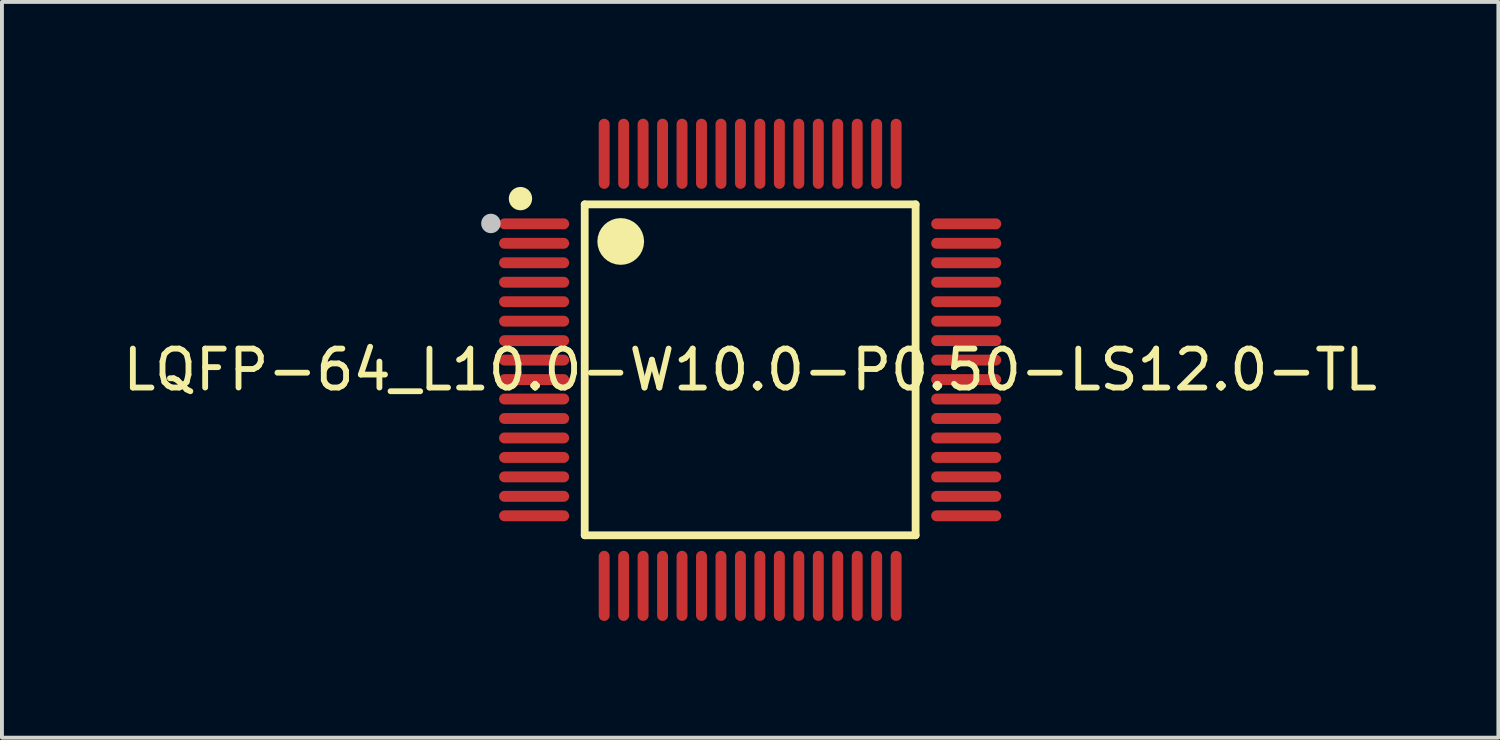
<source format=kicad_pcb>
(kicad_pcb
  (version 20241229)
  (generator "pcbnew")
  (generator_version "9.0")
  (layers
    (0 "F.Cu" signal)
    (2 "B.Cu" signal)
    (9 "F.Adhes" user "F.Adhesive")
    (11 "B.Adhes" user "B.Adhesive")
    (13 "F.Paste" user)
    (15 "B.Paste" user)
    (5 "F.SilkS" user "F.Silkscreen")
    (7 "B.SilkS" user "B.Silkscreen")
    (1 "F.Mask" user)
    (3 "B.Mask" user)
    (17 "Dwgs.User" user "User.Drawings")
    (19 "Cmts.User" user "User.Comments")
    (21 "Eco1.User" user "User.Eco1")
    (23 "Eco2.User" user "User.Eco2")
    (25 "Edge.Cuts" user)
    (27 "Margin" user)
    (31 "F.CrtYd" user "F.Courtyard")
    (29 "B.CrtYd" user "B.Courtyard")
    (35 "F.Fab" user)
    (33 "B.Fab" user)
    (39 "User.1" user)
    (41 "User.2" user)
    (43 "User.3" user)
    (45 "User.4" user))
  (footprint "LQFP-64_L10.0-W10.0-P0.50-LS12.0-TL"
    (layer "F.Cu")
    (at 16.22 6.45)
    (property "Reference" "LQFP-64_L10.0-W10.0-P0.50-LS12.0-TL" (at 0 0 0) (unlocked yes) (layer "F.SilkS") (effects (font (size 1 1) (thickness 0.15))))
    (fp_line (start -4.25 -4.25) (end -4.25 4.25) (stroke (width 0.2) (type default)) (layer "F.SilkS"))
    (fp_line (start -4.25 4.25) (end 4.25 4.25) (stroke (width 0.2) (type default)) (layer "F.SilkS"))
    (fp_line (start 4.25 -4.25) (end -4.25 -4.25) (stroke (width 0.2) (type default)) (layer "F.SilkS"))
    (fp_line (start 4.25 4.25) (end 4.25 -4.25) (stroke (width 0.2) (type default)) (layer "F.SilkS"))
    (fp_arc (start -5.7505 -4.3965) (mid -6.050507 -4.398) (end -5.7505 -4.3995) (stroke (width 0.3) (type default)) (layer "F.SilkS"))
    (fp_arc (start -3.025 -3.2945) (mid -3.62501 -3.297) (end -3.025 -3.2995) (stroke (width 0.6) (type default)) (layer "F.SilkS"))
    (fp_circle (center -6.66 -3.76) (end -6.535 -3.76) (stroke (width 0.25) (type default)) (fill no) (layer "Dwgs.User"))
    (fp_poly (pts (xy -6 -3.65) (xy -6 -3.85) (xy -5.4 -3.85) (xy -5.4 -3.65)) (stroke (width 0.1) (type default)) (fill no) (layer "User.1"))
    (fp_poly (pts (xy -6 -3.15) (xy -6 -3.35) (xy -5.4 -3.35) (xy -5.4 -3.15)) (stroke (width 0.1) (type default)) (fill no) (layer "User.1"))
    (fp_poly (pts (xy -6 -2.65) (xy -6 -2.85) (xy -5.4 -2.85) (xy -5.4 -2.65)) (stroke (width 0.1) (type default)) (fill no) (layer "User.1"))
    (fp_poly (pts (xy -6 -2.15) (xy -6 -2.35) (xy -5.4 -2.35) (xy -5.4 -2.15)) (stroke (width 0.1) (type default)) (fill no) (layer "User.1"))
    (fp_poly (pts (xy -6 -1.65) (xy -6 -1.85) (xy -5.4 -1.85) (xy -5.4 -1.65)) (stroke (width 0.1) (type default)) (fill no) (layer "User.1"))
    (fp_poly (pts (xy -6 -1.15) (xy -6 -1.35) (xy -5.4 -1.35) (xy -5.4 -1.15)) (stroke (width 0.1) (type default)) (fill no) (layer "User.1"))
    (fp_poly (pts (xy -6 -0.65) (xy -6 -0.85) (xy -5.4 -0.85) (xy -5.4 -0.65)) (stroke (width 0.1) (type default)) (fill no) (layer "User.1"))
    (fp_poly (pts (xy -6 -0.15) (xy -6 -0.35) (xy -5.4 -0.35) (xy -5.4 -0.15)) (stroke (width 0.1) (type default)) (fill no) (layer "User.1"))
    (fp_poly (pts (xy -6 0.35) (xy -6 0.15) (xy -5.4 0.15) (xy -5.4 0.35)) (stroke (width 0.1) (type default)) (fill no) (layer "User.1"))
    (fp_poly (pts (xy -6 0.85) (xy -6 0.65) (xy -5.4 0.65) (xy -5.4 0.85)) (stroke (width 0.1) (type default)) (fill no) (layer "User.1"))
    (fp_poly (pts (xy -6 1.35) (xy -6 1.15) (xy -5.4 1.15) (xy -5.4 1.35)) (stroke (width 0.1) (type default)) (fill no) (layer "User.1"))
    (fp_poly (pts (xy -6 1.85) (xy -6 1.65) (xy -5.4 1.65) (xy -5.4 1.85)) (stroke (width 0.1) (type default)) (fill no) (layer "User.1"))
    (fp_poly (pts (xy -6 2.35) (xy -6 2.15) (xy -5.4 2.15) (xy -5.4 2.35)) (stroke (width 0.1) (type default)) (fill no) (layer "User.1"))
    (fp_poly (pts (xy -6 2.85) (xy -6 2.65) (xy -5.4 2.65) (xy -5.4 2.85)) (stroke (width 0.1) (type default)) (fill no) (layer "User.1"))
    (fp_poly (pts (xy -6 3.35) (xy -6 3.15) (xy -5.4 3.15) (xy -5.4 3.35)) (stroke (width 0.1) (type default)) (fill no) (layer "User.1"))
    (fp_poly (pts (xy -6 3.85) (xy -6 3.65) (xy -5.4 3.65) (xy -5.4 3.85)) (stroke (width 0.1) (type default)) (fill no) (layer "User.1"))
    (fp_poly (pts (xy -5.41 -3.65) (xy -5.41 -3.85) (xy -4.99 -3.85) (xy -4.99 -3.65)) (stroke (width 0.1) (type default)) (fill no) (layer "User.1"))
    (fp_poly (pts (xy -5.41 -3.15) (xy -5.41 -3.35) (xy -4.99 -3.35) (xy -4.99 -3.15)) (stroke (width 0.1) (type default)) (fill no) (layer "User.1"))
    (fp_poly (pts (xy -5.41 -2.65) (xy -5.41 -2.85) (xy -4.99 -2.85) (xy -4.99 -2.65)) (stroke (width 0.1) (type default)) (fill no) (layer "User.1"))
    (fp_poly (pts (xy -5.41 -2.15) (xy -5.41 -2.35) (xy -4.99 -2.35) (xy -4.99 -2.15)) (stroke (width 0.1) (type default)) (fill no) (layer "User.1"))
    (fp_poly (pts (xy -5.41 -1.65) (xy -5.41 -1.85) (xy -4.99 -1.85) (xy -4.99 -1.65)) (stroke (width 0.1) (type default)) (fill no) (layer "User.1"))
    (fp_poly (pts (xy -5.41 -1.15) (xy -5.41 -1.35) (xy -4.99 -1.35) (xy -4.99 -1.15)) (stroke (width 0.1) (type default)) (fill no) (layer "User.1"))
    (fp_poly (pts (xy -5.41 -0.65) (xy -5.41 -0.85) (xy -4.99 -0.85) (xy -4.99 -0.65)) (stroke (width 0.1) (type default)) (fill no) (layer "User.1"))
    (fp_poly (pts (xy -5.41 -0.15) (xy -5.41 -0.35) (xy -4.99 -0.35) (xy -4.99 -0.15)) (stroke (width 0.1) (type default)) (fill no) (layer "User.1"))
    (fp_poly (pts (xy -5.41 0.35) (xy -5.41 0.15) (xy -4.99 0.15) (xy -4.99 0.35)) (stroke (width 0.1) (type default)) (fill no) (layer "User.1"))
    (fp_poly (pts (xy -5.41 0.85) (xy -5.41 0.65) (xy -4.99 0.65) (xy -4.99 0.85)) (stroke (width 0.1) (type default)) (fill no) (layer "User.1"))
    (fp_poly (pts (xy -5.41 1.35) (xy -5.41 1.15) (xy -4.99 1.15) (xy -4.99 1.35)) (stroke (width 0.1) (type default)) (fill no) (layer "User.1"))
    (fp_poly (pts (xy -5.41 1.85) (xy -5.41 1.65) (xy -4.99 1.65) (xy -4.99 1.85)) (stroke (width 0.1) (type default)) (fill no) (layer "User.1"))
    (fp_poly (pts (xy -5.41 2.35) (xy -5.41 2.15) (xy -4.99 2.15) (xy -4.99 2.35)) (stroke (width 0.1) (type default)) (fill no) (layer "User.1"))
    (fp_poly (pts (xy -5.41 2.85) (xy -5.41 2.65) (xy -4.99 2.65) (xy -4.99 2.85)) (stroke (width 0.1) (type default)) (fill no) (layer "User.1"))
    (fp_poly (pts (xy -5.41 3.35) (xy -5.41 3.15) (xy -4.99 3.15) (xy -4.99 3.35)) (stroke (width 0.1) (type default)) (fill no) (layer "User.1"))
    (fp_poly (pts (xy -5.41 3.85) (xy -5.41 3.65) (xy -4.99 3.65) (xy -4.99 3.85)) (stroke (width 0.1) (type default)) (fill no) (layer "User.1"))
    (fp_poly (pts (xy -3.85 -5.4) (xy -3.85 -6) (xy -3.65 -6) (xy -3.65 -5.4)) (stroke (width 0.1) (type default)) (fill no) (layer "User.1"))
    (fp_poly (pts (xy -3.85 -4.99) (xy -3.85 -5.41) (xy -3.65 -5.41) (xy -3.65 -4.99)) (stroke (width 0.1) (type default)) (fill no) (layer "User.1"))
    (fp_poly (pts (xy -3.85 5.41) (xy -3.85 4.99) (xy -3.65 4.99) (xy -3.65 5.41)) (stroke (width 0.1) (type default)) (fill no) (layer "User.1"))
    (fp_poly (pts (xy -3.85 6) (xy -3.85 5.4) (xy -3.65 5.4) (xy -3.65 6)) (stroke (width 0.1) (type default)) (fill no) (layer "User.1"))
    (fp_poly (pts (xy -3.35 -5.4) (xy -3.35 -6) (xy -3.15 -6) (xy -3.15 -5.4)) (stroke (width 0.1) (type default)) (fill no) (layer "User.1"))
    (fp_poly (pts (xy -3.35 -4.99) (xy -3.35 -5.41) (xy -3.15 -5.41) (xy -3.15 -4.99)) (stroke (width 0.1) (type default)) (fill no) (layer "User.1"))
    (fp_poly (pts (xy -3.35 5.41) (xy -3.35 4.99) (xy -3.15 4.99) (xy -3.15 5.41)) (stroke (width 0.1) (type default)) (fill no) (layer "User.1"))
    (fp_poly (pts (xy -3.35 6) (xy -3.35 5.4) (xy -3.15 5.4) (xy -3.15 6)) (stroke (width 0.1) (type default)) (fill no) (layer "User.1"))
    (fp_poly (pts (xy -2.85 -5.4) (xy -2.85 -6) (xy -2.65 -6) (xy -2.65 -5.4)) (stroke (width 0.1) (type default)) (fill no) (layer "User.1"))
    (fp_poly (pts (xy -2.85 -4.99) (xy -2.85 -5.41) (xy -2.65 -5.41) (xy -2.65 -4.99)) (stroke (width 0.1) (type default)) (fill no) (layer "User.1"))
    (fp_poly (pts (xy -2.85 5.41) (xy -2.85 4.99) (xy -2.65 4.99) (xy -2.65 5.41)) (stroke (width 0.1) (type default)) (fill no) (layer "User.1"))
    (fp_poly (pts (xy -2.85 6) (xy -2.85 5.4) (xy -2.65 5.4) (xy -2.65 6)) (stroke (width 0.1) (type default)) (fill no) (layer "User.1"))
    (fp_poly (pts (xy -2.35 -5.4) (xy -2.35 -6) (xy -2.15 -6) (xy -2.15 -5.4)) (stroke (width 0.1) (type default)) (fill no) (layer "User.1"))
    (fp_poly (pts (xy -2.35 -4.99) (xy -2.35 -5.41) (xy -2.15 -5.41) (xy -2.15 -4.99)) (stroke (width 0.1) (type default)) (fill no) (layer "User.1"))
    (fp_poly (pts (xy -2.35 5.41) (xy -2.35 4.99) (xy -2.15 4.99) (xy -2.15 5.41)) (stroke (width 0.1) (type default)) (fill no) (layer "User.1"))
    (fp_poly (pts (xy -2.35 6) (xy -2.35 5.4) (xy -2.15 5.4) (xy -2.15 6)) (stroke (width 0.1) (type default)) (fill no) (layer "User.1"))
    (fp_poly (pts (xy -1.85 -5.4) (xy -1.85 -6) (xy -1.65 -6) (xy -1.65 -5.4)) (stroke (width 0.1) (type default)) (fill no) (layer "User.1"))
    (fp_poly (pts (xy -1.85 -4.99) (xy -1.85 -5.41) (xy -1.65 -5.41) (xy -1.65 -4.99)) (stroke (width 0.1) (type default)) (fill no) (layer "User.1"))
    (fp_poly (pts (xy -1.85 5.41) (xy -1.85 4.99) (xy -1.65 4.99) (xy -1.65 5.41)) (stroke (width 0.1) (type default)) (fill no) (layer "User.1"))
    (fp_poly (pts (xy -1.85 6) (xy -1.85 5.4) (xy -1.65 5.4) (xy -1.65 6)) (stroke (width 0.1) (type default)) (fill no) (layer "User.1"))
    (fp_poly (pts (xy -1.35 -5.4) (xy -1.35 -6) (xy -1.15 -6) (xy -1.15 -5.4)) (stroke (width 0.1) (type default)) (fill no) (layer "User.1"))
    (fp_poly (pts (xy -1.35 -4.99) (xy -1.35 -5.41) (xy -1.15 -5.41) (xy -1.15 -4.99)) (stroke (width 0.1) (type default)) (fill no) (layer "User.1"))
    (fp_poly (pts (xy -1.35 5.41) (xy -1.35 4.99) (xy -1.15 4.99) (xy -1.15 5.41)) (stroke (width 0.1) (type default)) (fill no) (layer "User.1"))
    (fp_poly (pts (xy -1.35 6) (xy -1.35 5.4) (xy -1.15 5.4) (xy -1.15 6)) (stroke (width 0.1) (type default)) (fill no) (layer "User.1"))
    (fp_poly (pts (xy -0.85 -5.4) (xy -0.85 -6) (xy -0.65 -6) (xy -0.65 -5.4)) (stroke (width 0.1) (type default)) (fill no) (layer "User.1"))
    (fp_poly (pts (xy -0.85 -4.99) (xy -0.85 -5.41) (xy -0.65 -5.41) (xy -0.65 -4.99)) (stroke (width 0.1) (type default)) (fill no) (layer "User.1"))
    (fp_poly (pts (xy -0.85 5.41) (xy -0.85 4.99) (xy -0.65 4.99) (xy -0.65 5.41)) (stroke (width 0.1) (type default)) (fill no) (layer "User.1"))
    (fp_poly (pts (xy -0.85 6) (xy -0.85 5.4) (xy -0.65 5.4) (xy -0.65 6)) (stroke (width 0.1) (type default)) (fill no) (layer "User.1"))
    (fp_poly (pts (xy -0.35 -5.4) (xy -0.35 -6) (xy -0.15 -6) (xy -0.15 -5.4)) (stroke (width 0.1) (type default)) (fill no) (layer "User.1"))
    (fp_poly (pts (xy -0.35 -4.99) (xy -0.35 -5.41) (xy -0.15 -5.41) (xy -0.15 -4.99)) (stroke (width 0.1) (type default)) (fill no) (layer "User.1"))
    (fp_poly (pts (xy -0.35 5.41) (xy -0.35 4.99) (xy -0.15 4.99) (xy -0.15 5.41)) (stroke (width 0.1) (type default)) (fill no) (layer "User.1"))
    (fp_poly (pts (xy -0.35 6) (xy -0.35 5.4) (xy -0.15 5.4) (xy -0.15 6)) (stroke (width 0.1) (type default)) (fill no) (layer "User.1"))
    (fp_poly (pts (xy 0.15 -5.4) (xy 0.15 -6) (xy 0.35 -6) (xy 0.35 -5.4)) (stroke (width 0.1) (type default)) (fill no) (layer "User.1"))
    (fp_poly (pts (xy 0.15 -4.99) (xy 0.15 -5.41) (xy 0.35 -5.41) (xy 0.35 -4.99)) (stroke (width 0.1) (type default)) (fill no) (layer "User.1"))
    (fp_poly (pts (xy 0.15 5.41) (xy 0.15 4.99) (xy 0.35 4.99) (xy 0.35 5.41)) (stroke (width 0.1) (type default)) (fill no) (layer "User.1"))
    (fp_poly (pts (xy 0.15 6) (xy 0.15 5.4) (xy 0.35 5.4) (xy 0.35 6)) (stroke (width 0.1) (type default)) (fill no) (layer "User.1"))
    (fp_poly (pts (xy 0.65 -5.4) (xy 0.65 -6) (xy 0.85 -6) (xy 0.85 -5.4)) (stroke (width 0.1) (type default)) (fill no) (layer "User.1"))
    (fp_poly (pts (xy 0.65 -4.99) (xy 0.65 -5.41) (xy 0.85 -5.41) (xy 0.85 -4.99)) (stroke (width 0.1) (type default)) (fill no) (layer "User.1"))
    (fp_poly (pts (xy 0.65 5.41) (xy 0.65 4.99) (xy 0.85 4.99) (xy 0.85 5.41)) (stroke (width 0.1) (type default)) (fill no) (layer "User.1"))
    (fp_poly (pts (xy 0.65 6) (xy 0.65 5.4) (xy 0.85 5.4) (xy 0.85 6)) (stroke (width 0.1) (type default)) (fill no) (layer "User.1"))
    (fp_poly (pts (xy 1.15 -5.4) (xy 1.15 -6) (xy 1.35 -6) (xy 1.35 -5.4)) (stroke (width 0.1) (type default)) (fill no) (layer "User.1"))
    (fp_poly (pts (xy 1.15 -4.99) (xy 1.15 -5.41) (xy 1.35 -5.41) (xy 1.35 -4.99)) (stroke (width 0.1) (type default)) (fill no) (layer "User.1"))
    (fp_poly (pts (xy 1.15 5.41) (xy 1.15 4.99) (xy 1.35 4.99) (xy 1.35 5.41)) (stroke (width 0.1) (type default)) (fill no) (layer "User.1"))
    (fp_poly (pts (xy 1.15 6) (xy 1.15 5.4) (xy 1.35 5.4) (xy 1.35 6)) (stroke (width 0.1) (type default)) (fill no) (layer "User.1"))
    (fp_poly (pts (xy 1.65 -5.4) (xy 1.65 -6) (xy 1.85 -6) (xy 1.85 -5.4)) (stroke (width 0.1) (type default)) (fill no) (layer "User.1"))
    (fp_poly (pts (xy 1.65 -4.99) (xy 1.65 -5.41) (xy 1.85 -5.41) (xy 1.85 -4.99)) (stroke (width 0.1) (type default)) (fill no) (layer "User.1"))
    (fp_poly (pts (xy 1.65 5.41) (xy 1.65 4.99) (xy 1.85 4.99) (xy 1.85 5.41)) (stroke (width 0.1) (type default)) (fill no) (layer "User.1"))
    (fp_poly (pts (xy 1.65 6) (xy 1.65 5.4) (xy 1.85 5.4) (xy 1.85 6)) (stroke (width 0.1) (type default)) (fill no) (layer "User.1"))
    (fp_poly (pts (xy 2.15 -5.4) (xy 2.15 -6) (xy 2.35 -6) (xy 2.35 -5.4)) (stroke (width 0.1) (type default)) (fill no) (layer "User.1"))
    (fp_poly (pts (xy 2.15 -4.99) (xy 2.15 -5.41) (xy 2.35 -5.41) (xy 2.35 -4.99)) (stroke (width 0.1) (type default)) (fill no) (layer "User.1"))
    (fp_poly (pts (xy 2.15 5.41) (xy 2.15 4.99) (xy 2.35 4.99) (xy 2.35 5.41)) (stroke (width 0.1) (type default)) (fill no) (layer "User.1"))
    (fp_poly (pts (xy 2.15 6) (xy 2.15 5.4) (xy 2.35 5.4) (xy 2.35 6)) (stroke (width 0.1) (type default)) (fill no) (layer "User.1"))
    (fp_poly (pts (xy 2.65 -5.4) (xy 2.65 -6) (xy 2.85 -6) (xy 2.85 -5.4)) (stroke (width 0.1) (type default)) (fill no) (layer "User.1"))
    (fp_poly (pts (xy 2.65 -4.99) (xy 2.65 -5.41) (xy 2.85 -5.41) (xy 2.85 -4.99)) (stroke (width 0.1) (type default)) (fill no) (layer "User.1"))
    (fp_poly (pts (xy 2.65 5.41) (xy 2.65 4.99) (xy 2.85 4.99) (xy 2.85 5.41)) (stroke (width 0.1) (type default)) (fill no) (layer "User.1"))
    (fp_poly (pts (xy 2.65 6) (xy 2.65 5.4) (xy 2.85 5.4) (xy 2.85 6)) (stroke (width 0.1) (type default)) (fill no) (layer "User.1"))
    (fp_poly (pts (xy 3.15 -5.4) (xy 3.15 -6) (xy 3.35 -6) (xy 3.35 -5.4)) (stroke (width 0.1) (type default)) (fill no) (layer "User.1"))
    (fp_poly (pts (xy 3.15 -4.99) (xy 3.15 -5.41) (xy 3.35 -5.41) (xy 3.35 -4.99)) (stroke (width 0.1) (type default)) (fill no) (layer "User.1"))
    (fp_poly (pts (xy 3.15 5.41) (xy 3.15 4.99) (xy 3.35 4.99) (xy 3.35 5.41)) (stroke (width 0.1) (type default)) (fill no) (layer "User.1"))
    (fp_poly (pts (xy 3.15 6) (xy 3.15 5.4) (xy 3.35 5.4) (xy 3.35 6)) (stroke (width 0.1) (type default)) (fill no) (layer "User.1"))
    (fp_poly (pts (xy 3.65 -5.4) (xy 3.65 -6) (xy 3.85 -6) (xy 3.85 -5.4)) (stroke (width 0.1) (type default)) (fill no) (layer "User.1"))
    (fp_poly (pts (xy 3.65 -4.99) (xy 3.65 -5.41) (xy 3.85 -5.41) (xy 3.85 -4.99)) (stroke (width 0.1) (type default)) (fill no) (layer "User.1"))
    (fp_poly (pts (xy 3.65 5.41) (xy 3.65 4.99) (xy 3.85 4.99) (xy 3.85 5.41)) (stroke (width 0.1) (type default)) (fill no) (layer "User.1"))
    (fp_poly (pts (xy 3.65 6) (xy 3.65 5.4) (xy 3.85 5.4) (xy 3.85 6)) (stroke (width 0.1) (type default)) (fill no) (layer "User.1"))
    (fp_poly (pts (xy 4.99 -3.65) (xy 4.99 -3.85) (xy 5.41 -3.85) (xy 5.41 -3.65)) (stroke (width 0.1) (type default)) (fill no) (layer "User.1"))
    (fp_poly (pts (xy 4.99 -3.15) (xy 4.99 -3.35) (xy 5.41 -3.35) (xy 5.41 -3.15)) (stroke (width 0.1) (type default)) (fill no) (layer "User.1"))
    (fp_poly (pts (xy 4.99 -2.65) (xy 4.99 -2.85) (xy 5.41 -2.85) (xy 5.41 -2.65)) (stroke (width 0.1) (type default)) (fill no) (layer "User.1"))
    (fp_poly (pts (xy 4.99 -2.15) (xy 4.99 -2.35) (xy 5.41 -2.35) (xy 5.41 -2.15)) (stroke (width 0.1) (type default)) (fill no) (layer "User.1"))
    (fp_poly (pts (xy 4.99 -1.65) (xy 4.99 -1.85) (xy 5.41 -1.85) (xy 5.41 -1.65)) (stroke (width 0.1) (type default)) (fill no) (layer "User.1"))
    (fp_poly (pts (xy 4.99 -1.15) (xy 4.99 -1.35) (xy 5.41 -1.35) (xy 5.41 -1.15)) (stroke (width 0.1) (type default)) (fill no) (layer "User.1"))
    (fp_poly (pts (xy 4.99 -0.65) (xy 4.99 -0.85) (xy 5.41 -0.85) (xy 5.41 -0.65)) (stroke (width 0.1) (type default)) (fill no) (layer "User.1"))
    (fp_poly (pts (xy 4.99 -0.15) (xy 4.99 -0.35) (xy 5.41 -0.35) (xy 5.41 -0.15)) (stroke (width 0.1) (type default)) (fill no) (layer "User.1"))
    (fp_poly (pts (xy 4.99 0.35) (xy 4.99 0.15) (xy 5.41 0.15) (xy 5.41 0.35)) (stroke (width 0.1) (type default)) (fill no) (layer "User.1"))
    (fp_poly (pts (xy 4.99 0.85) (xy 4.99 0.65) (xy 5.41 0.65) (xy 5.41 0.85)) (stroke (width 0.1) (type default)) (fill no) (layer "User.1"))
    (fp_poly (pts (xy 4.99 1.35) (xy 4.99 1.15) (xy 5.41 1.15) (xy 5.41 1.35)) (stroke (width 0.1) (type default)) (fill no) (layer "User.1"))
    (fp_poly (pts (xy 4.99 1.85) (xy 4.99 1.65) (xy 5.41 1.65) (xy 5.41 1.85)) (stroke (width 0.1) (type default)) (fill no) (layer "User.1"))
    (fp_poly (pts (xy 4.99 2.35) (xy 4.99 2.15) (xy 5.41 2.15) (xy 5.41 2.35)) (stroke (width 0.1) (type default)) (fill no) (layer "User.1"))
    (fp_poly (pts (xy 4.99 2.85) (xy 4.99 2.65) (xy 5.41 2.65) (xy 5.41 2.85)) (stroke (width 0.1) (type default)) (fill no) (layer "User.1"))
    (fp_poly (pts (xy 4.99 3.35) (xy 4.99 3.15) (xy 5.41 3.15) (xy 5.41 3.35)) (stroke (width 0.1) (type default)) (fill no) (layer "User.1"))
    (fp_poly (pts (xy 4.99 3.85) (xy 4.99 3.65) (xy 5.41 3.65) (xy 5.41 3.85)) (stroke (width 0.1) (type default)) (fill no) (layer "User.1"))
    (fp_poly (pts (xy 5.4 -3.65) (xy 5.4 -3.85) (xy 6 -3.85) (xy 6 -3.65)) (stroke (width 0.1) (type default)) (fill no) (layer "User.1"))
    (fp_poly (pts (xy 5.4 -3.15) (xy 5.4 -3.35) (xy 6 -3.35) (xy 6 -3.15)) (stroke (width 0.1) (type default)) (fill no) (layer "User.1"))
    (fp_poly (pts (xy 5.4 -2.65) (xy 5.4 -2.85) (xy 6 -2.85) (xy 6 -2.65)) (stroke (width 0.1) (type default)) (fill no) (layer "User.1"))
    (fp_poly (pts (xy 5.4 -2.15) (xy 5.4 -2.35) (xy 6 -2.35) (xy 6 -2.15)) (stroke (width 0.1) (type default)) (fill no) (layer "User.1"))
    (fp_poly (pts (xy 5.4 -1.65) (xy 5.4 -1.85) (xy 6 -1.85) (xy 6 -1.65)) (stroke (width 0.1) (type default)) (fill no) (layer "User.1"))
    (fp_poly (pts (xy 5.4 -1.15) (xy 5.4 -1.35) (xy 6 -1.35) (xy 6 -1.15)) (stroke (width 0.1) (type default)) (fill no) (layer "User.1"))
    (fp_poly (pts (xy 5.4 -0.65) (xy 5.4 -0.85) (xy 6 -0.85) (xy 6 -0.65)) (stroke (width 0.1) (type default)) (fill no) (layer "User.1"))
    (fp_poly (pts (xy 5.4 -0.15) (xy 5.4 -0.35) (xy 6 -0.35) (xy 6 -0.15)) (stroke (width 0.1) (type default)) (fill no) (layer "User.1"))
    (fp_poly (pts (xy 5.4 0.35) (xy 5.4 0.15) (xy 6 0.15) (xy 6 0.35)) (stroke (width 0.1) (type default)) (fill no) (layer "User.1"))
    (fp_poly (pts (xy 5.4 0.85) (xy 5.4 0.65) (xy 6 0.65) (xy 6 0.85)) (stroke (width 0.1) (type default)) (fill no) (layer "User.1"))
    (fp_poly (pts (xy 5.4 1.35) (xy 5.4 1.15) (xy 6 1.15) (xy 6 1.35)) (stroke (width 0.1) (type default)) (fill no) (layer "User.1"))
    (fp_poly (pts (xy 5.4 1.85) (xy 5.4 1.65) (xy 6 1.65) (xy 6 1.85)) (stroke (width 0.1) (type default)) (fill no) (layer "User.1"))
    (fp_poly (pts (xy 5.4 2.35) (xy 5.4 2.15) (xy 6 2.15) (xy 6 2.35)) (stroke (width 0.1) (type default)) (fill no) (layer "User.1"))
    (fp_poly (pts (xy 5.4 2.85) (xy 5.4 2.65) (xy 6 2.65) (xy 6 2.85)) (stroke (width 0.1) (type default)) (fill no) (layer "User.1"))
    (fp_poly (pts (xy 5.4 3.35) (xy 5.4 3.15) (xy 6 3.15) (xy 6 3.35)) (stroke (width 0.1) (type default)) (fill no) (layer "User.1"))
    (fp_poly (pts (xy 5.4 3.85) (xy 5.4 3.65) (xy 6 3.65) (xy 6 3.85)) (stroke (width 0.1) (type default)) (fill no) (layer "User.1"))
    (fp_line (start -5 -5) (end 5 -5) (stroke (width 0.051) (type default)) (layer "User.2"))
    (fp_line (start -5 5) (end -5 -5) (stroke (width 0.051) (type default)) (layer "User.2"))
    (fp_line (start 5 -5) (end 5 5) (stroke (width 0.051) (type default)) (layer "User.2"))
    (fp_line (start 5 5) (end -5 5) (stroke (width 0.051) (type default)) (layer "User.2"))
    (fp_poly (pts (xy -5.94 -6) (xy -5.958 -6.042) (xy -6 -6.06) (xy -6.042 -6.042) (xy -6.06 -6) (xy -6.042 -5.958) (xy -6 -5.94) (xy -5.958 -5.958)) (stroke (width 0.1) (type default)) (fill no) (layer "User.3"))
    (pad "1" smd oval (at -5.55 -3.75) (size 1.8 0.28) (layers "F.Cu" "F.Mask" "F.Paste"))
    (pad "2" smd oval (at -5.55 -3.25) (size 1.8 0.28) (layers "F.Cu" "F.Mask" "F.Paste"))
    (pad "3" smd oval (at -5.55 -2.75) (size 1.8 0.28) (layers "F.Cu" "F.Mask" "F.Paste"))
    (pad "4" smd oval (at -5.55 -2.25) (size 1.8 0.28) (layers "F.Cu" "F.Mask" "F.Paste"))
    (pad "5" smd oval (at -5.55 -1.75) (size 1.8 0.28) (layers "F.Cu" "F.Mask" "F.Paste"))
    (pad "6" smd oval (at -5.55 -1.25) (size 1.8 0.28) (layers "F.Cu" "F.Mask" "F.Paste"))
    (pad "7" smd oval (at -5.55 -0.75) (size 1.8 0.28) (layers "F.Cu" "F.Mask" "F.Paste"))
    (pad "8" smd oval (at -5.55 -0.25) (size 1.8 0.28) (layers "F.Cu" "F.Mask" "F.Paste"))
    (pad "9" smd oval (at -5.55 0.25) (size 1.8 0.28) (layers "F.Cu" "F.Mask" "F.Paste"))
    (pad "10" smd oval (at -5.55 0.75) (size 1.8 0.28) (layers "F.Cu" "F.Mask" "F.Paste"))
    (pad "11" smd oval (at -5.55 1.25) (size 1.8 0.28) (layers "F.Cu" "F.Mask" "F.Paste"))
    (pad "12" smd oval (at -5.55 1.75) (size 1.8 0.28) (layers "F.Cu" "F.Mask" "F.Paste"))
    (pad "13" smd oval (at -5.55 2.25) (size 1.8 0.28) (layers "F.Cu" "F.Mask" "F.Paste"))
    (pad "14" smd oval (at -5.55 2.75) (size 1.8 0.28) (layers "F.Cu" "F.Mask" "F.Paste"))
    (pad "15" smd oval (at -5.55 3.25) (size 1.8 0.28) (layers "F.Cu" "F.Mask" "F.Paste"))
    (pad "16" smd oval (at -5.55 3.75) (size 1.8 0.28) (layers "F.Cu" "F.Mask" "F.Paste"))
    (pad "17" smd oval (at -3.75 5.55) (size 0.28 1.8) (layers "F.Cu" "F.Mask" "F.Paste"))
    (pad "18" smd oval (at -3.25 5.55) (size 0.28 1.8) (layers "F.Cu" "F.Mask" "F.Paste"))
    (pad "19" smd oval (at -2.75 5.55) (size 0.28 1.8) (layers "F.Cu" "F.Mask" "F.Paste"))
    (pad "20" smd oval (at -2.25 5.55) (size 0.28 1.8) (layers "F.Cu" "F.Mask" "F.Paste"))
    (pad "21" smd oval (at -1.75 5.55) (size 0.28 1.8) (layers "F.Cu" "F.Mask" "F.Paste"))
    (pad "22" smd oval (at -1.25 5.55) (size 0.28 1.8) (layers "F.Cu" "F.Mask" "F.Paste"))
    (pad "23" smd oval (at -0.75 5.55) (size 0.28 1.8) (layers "F.Cu" "F.Mask" "F.Paste"))
    (pad "24" smd oval (at -0.25 5.55) (size 0.28 1.8) (layers "F.Cu" "F.Mask" "F.Paste"))
    (pad "25" smd oval (at 0.25 5.55) (size 0.28 1.8) (layers "F.Cu" "F.Mask" "F.Paste"))
    (pad "26" smd oval (at 0.75 5.55) (size 0.28 1.8) (layers "F.Cu" "F.Mask" "F.Paste"))
    (pad "27" smd oval (at 1.25 5.55) (size 0.28 1.8) (layers "F.Cu" "F.Mask" "F.Paste"))
    (pad "28" smd oval (at 1.75 5.55) (size 0.28 1.8) (layers "F.Cu" "F.Mask" "F.Paste"))
    (pad "29" smd oval (at 2.25 5.55) (size 0.28 1.8) (layers "F.Cu" "F.Mask" "F.Paste"))
    (pad "30" smd oval (at 2.75 5.55) (size 0.28 1.8) (layers "F.Cu" "F.Mask" "F.Paste"))
    (pad "31" smd oval (at 3.25 5.55) (size 0.28 1.8) (layers "F.Cu" "F.Mask" "F.Paste"))
    (pad "32" smd oval (at 3.75 5.55) (size 0.28 1.8) (layers "F.Cu" "F.Mask" "F.Paste"))
    (pad "33" smd oval (at 5.55 3.75) (size 1.8 0.28) (layers "F.Cu" "F.Mask" "F.Paste"))
    (pad "34" smd oval (at 5.55 3.25) (size 1.8 0.28) (layers "F.Cu" "F.Mask" "F.Paste"))
    (pad "35" smd oval (at 5.55 2.75) (size 1.8 0.28) (layers "F.Cu" "F.Mask" "F.Paste"))
    (pad "36" smd oval (at 5.55 2.25) (size 1.8 0.28) (layers "F.Cu" "F.Mask" "F.Paste"))
    (pad "37" smd oval (at 5.55 1.75) (size 1.8 0.28) (layers "F.Cu" "F.Mask" "F.Paste"))
    (pad "38" smd oval (at 5.55 1.25) (size 1.8 0.28) (layers "F.Cu" "F.Mask" "F.Paste"))
    (pad "39" smd oval (at 5.55 0.75) (size 1.8 0.28) (layers "F.Cu" "F.Mask" "F.Paste"))
    (pad "40" smd oval (at 5.55 0.25) (size 1.8 0.28) (layers "F.Cu" "F.Mask" "F.Paste"))
    (pad "41" smd oval (at 5.55 -0.25) (size 1.8 0.28) (layers "F.Cu" "F.Mask" "F.Paste"))
    (pad "42" smd oval (at 5.55 -0.75) (size 1.8 0.28) (layers "F.Cu" "F.Mask" "F.Paste"))
    (pad "43" smd oval (at 5.55 -1.25) (size 1.8 0.28) (layers "F.Cu" "F.Mask" "F.Paste"))
    (pad "44" smd oval (at 5.55 -1.75) (size 1.8 0.28) (layers "F.Cu" "F.Mask" "F.Paste"))
    (pad "45" smd oval (at 5.55 -2.25) (size 1.8 0.28) (layers "F.Cu" "F.Mask" "F.Paste"))
    (pad "46" smd oval (at 5.55 -2.75) (size 1.8 0.28) (layers "F.Cu" "F.Mask" "F.Paste"))
    (pad "47" smd oval (at 5.55 -3.25) (size 1.8 0.28) (layers "F.Cu" "F.Mask" "F.Paste"))
    (pad "48" smd oval (at 5.55 -3.75) (size 1.8 0.28) (layers "F.Cu" "F.Mask" "F.Paste"))
    (pad "49" smd oval (at 3.75 -5.55) (size 0.28 1.8) (layers "F.Cu" "F.Mask" "F.Paste"))
    (pad "50" smd oval (at 3.25 -5.55) (size 0.28 1.8) (layers "F.Cu" "F.Mask" "F.Paste"))
    (pad "51" smd oval (at 2.75 -5.55) (size 0.28 1.8) (layers "F.Cu" "F.Mask" "F.Paste"))
    (pad "52" smd oval (at 2.25 -5.55) (size 0.28 1.8) (layers "F.Cu" "F.Mask" "F.Paste"))
    (pad "53" smd oval (at 1.75 -5.55) (size 0.28 1.8) (layers "F.Cu" "F.Mask" "F.Paste"))
    (pad "54" smd oval (at 1.25 -5.55) (size 0.28 1.8) (layers "F.Cu" "F.Mask" "F.Paste"))
    (pad "55" smd oval (at 0.75 -5.55) (size 0.28 1.8) (layers "F.Cu" "F.Mask" "F.Paste"))
    (pad "56" smd oval (at 0.25 -5.55) (size 0.28 1.8) (layers "F.Cu" "F.Mask" "F.Paste"))
    (pad "57" smd oval (at -0.25 -5.55) (size 0.28 1.8) (layers "F.Cu" "F.Mask" "F.Paste"))
    (pad "58" smd oval (at -0.75 -5.55) (size 0.28 1.8) (layers "F.Cu" "F.Mask" "F.Paste"))
    (pad "59" smd oval (at -1.25 -5.55) (size 0.28 1.8) (layers "F.Cu" "F.Mask" "F.Paste"))
    (pad "60" smd oval (at -1.75 -5.55) (size 0.28 1.8) (layers "F.Cu" "F.Mask" "F.Paste"))
    (pad "61" smd oval (at -2.25 -5.55) (size 0.28 1.8) (layers "F.Cu" "F.Mask" "F.Paste"))
    (pad "62" smd oval (at -2.75 -5.55) (size 0.28 1.8) (layers "F.Cu" "F.Mask" "F.Paste"))
    (pad "63" smd oval (at -3.25 -5.55) (size 0.28 1.8) (layers "F.Cu" "F.Mask" "F.Paste"))
    (pad "64" smd oval (at -3.75 -5.55) (size 0.28 1.8) (layers "F.Cu" "F.Mask" "F.Paste")))
  (gr_rect
    (start -3 -3)
    (end 35.44 15.9)
    (stroke (width 0.1) (type default))
    (fill no)
    (layer "Edge.Cuts")))
</source>
